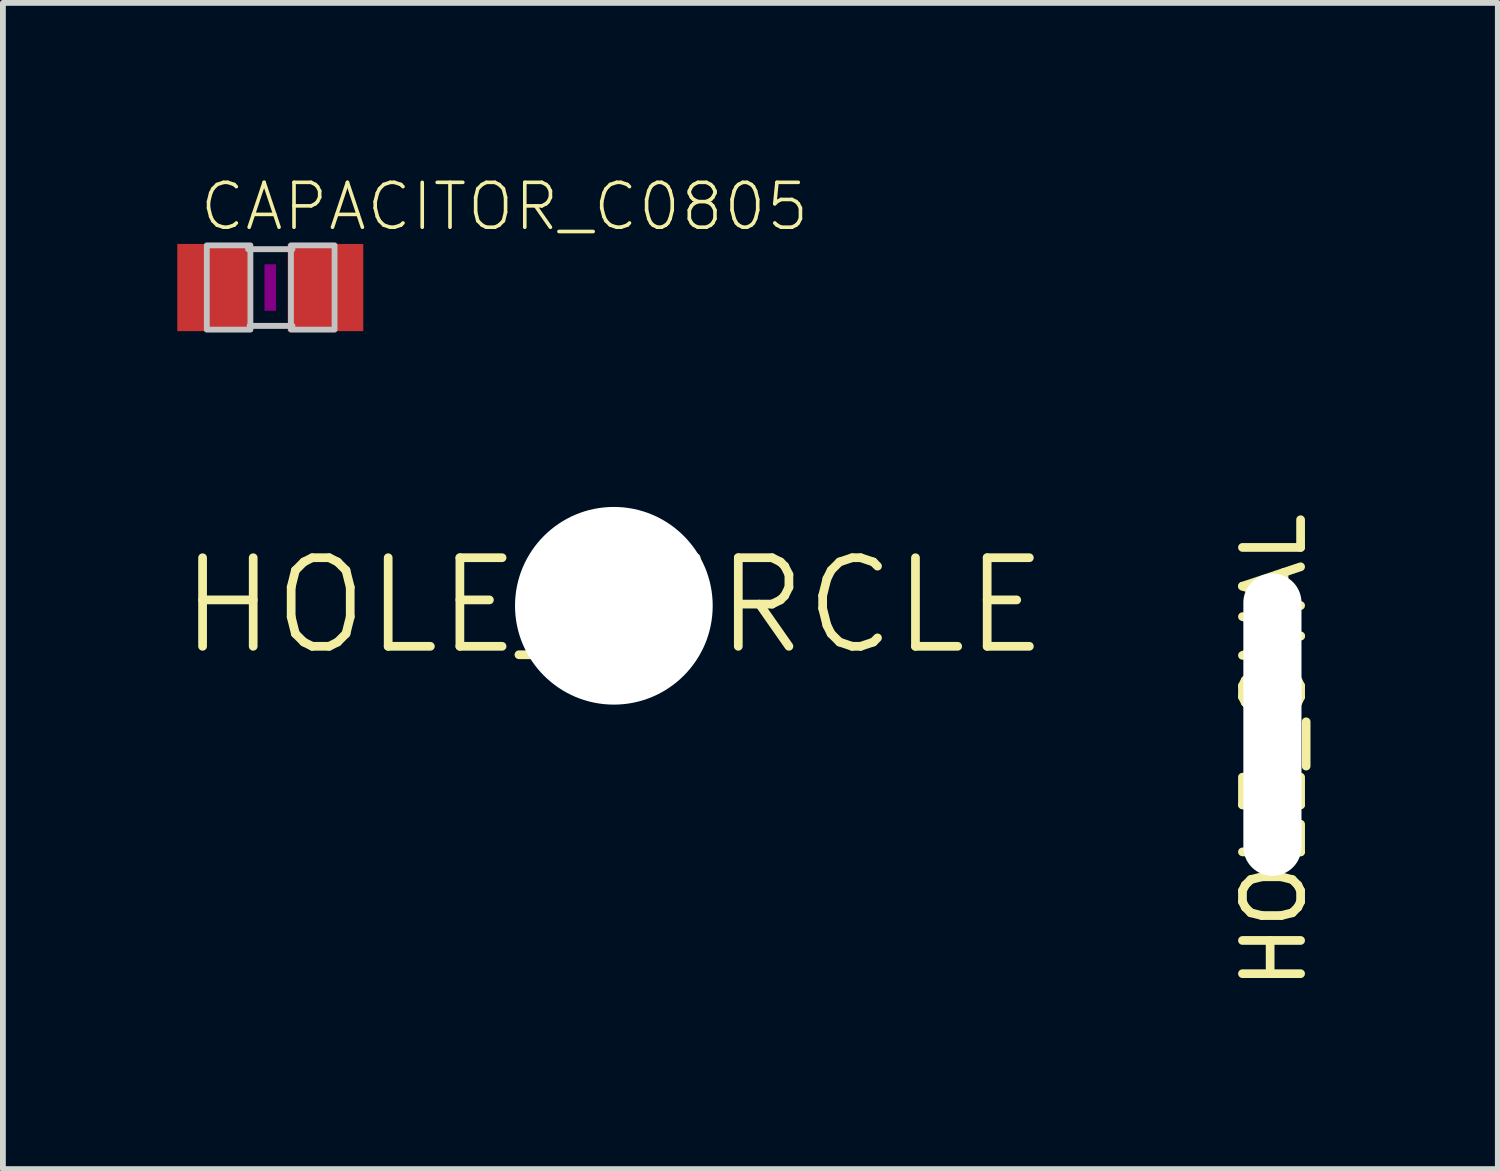
<source format=kicad_pcb>
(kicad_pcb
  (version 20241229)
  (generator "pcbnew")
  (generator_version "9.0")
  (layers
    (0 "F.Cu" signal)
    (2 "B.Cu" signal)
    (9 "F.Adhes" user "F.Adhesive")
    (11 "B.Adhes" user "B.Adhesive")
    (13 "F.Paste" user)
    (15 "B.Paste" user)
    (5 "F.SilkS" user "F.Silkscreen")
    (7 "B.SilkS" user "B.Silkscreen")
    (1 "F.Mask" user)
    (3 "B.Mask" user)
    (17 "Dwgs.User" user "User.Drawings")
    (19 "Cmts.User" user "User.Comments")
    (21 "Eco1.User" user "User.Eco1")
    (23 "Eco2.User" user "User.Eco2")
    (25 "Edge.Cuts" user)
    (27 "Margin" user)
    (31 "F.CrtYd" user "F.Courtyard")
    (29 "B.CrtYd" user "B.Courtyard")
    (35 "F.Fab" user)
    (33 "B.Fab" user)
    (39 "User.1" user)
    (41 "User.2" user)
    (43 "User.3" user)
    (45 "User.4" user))
  (footprint "HOLE_OVAL"
    (layer "F.Cu")
    (at 18.841 9.418)
    (property "Reference" "HOLE_OVAL" (at 0.03 0.45 90) (layer "F.SilkS") (effects (font (size 1 1) (thickness 0.15))))
    (attr through_hole)
    (pad "" np_thru_hole oval (at 0 0) (size 1 5.2) (drill oval 1 5.2) (layers "*.Cu" "*.Mask")))
  (footprint "CAPACITOR_C0805"
    (layer "F.Cu")
    (at 1.6 1.897)
    (property "Reference" "CAPACITOR_C0805" (at -1.25 -0.94 0) (layer "F.SilkS") (effects (font (size 0.772 0.772) (thickness 0.062)) (justify left bottom)))
    (attr through_hole)
    (fp_poly (pts (xy -0.1 0.4) (xy 0.1 0.4) (xy 0.1 -0.4) (xy -0.1 -0.4)) (stroke (width 0) (type solid)) (fill yes) (layer "F.Adhes"))
    (fp_line (start -0.381 -0.66) (end 0.381 -0.66) (stroke (width 0.102) (type solid)) (layer "Dwgs.User"))
    (fp_line (start -0.356 0.66) (end 0.381 0.66) (stroke (width 0.102) (type solid)) (layer "Dwgs.User"))
    (fp_poly (pts (xy -1.092 0.724) (xy -0.342 0.724) (xy -0.342 -0.726) (xy -1.092 -0.726)) (stroke (width 0.1) (type solid)) (fill no) (layer "Dwgs.User"))
    (fp_poly (pts (xy 0.356 0.724) (xy 1.106 0.724) (xy 1.106 -0.726) (xy 0.356 -0.726)) (stroke (width 0.1) (type solid)) (fill no) (layer "Dwgs.User"))
    (pad "1" smd rect (at -0.95 0) (size 1.3 1.5) (layers "F.Cu" "F.Mask" "F.Paste"))
    (pad "2" smd rect (at 0.95 0) (size 1.3 1.5) (layers "F.Cu" "F.Mask" "F.Paste")))
  (footprint "HOLE_CIRCLE"
    (layer "F.Cu")
    (at 7.511 7.372)
    (property "Reference" "HOLE_CIRCLE" (at 0 0 0) (layer "F.SilkS") (effects (font (size 1.524 1.524) (thickness 0.15))))
    (attr through_hole)
    (pad "" np_thru_hole circle (at 0 0) (size 3.401 3.401) (drill 3.401) (layers "*.Cu")))
  (gr_rect
    (start -3 -3)
    (end 22.719 17.064)
    (stroke (width 0.1) (type default))
    (fill no)
    (layer "Edge.Cuts")))
</source>
